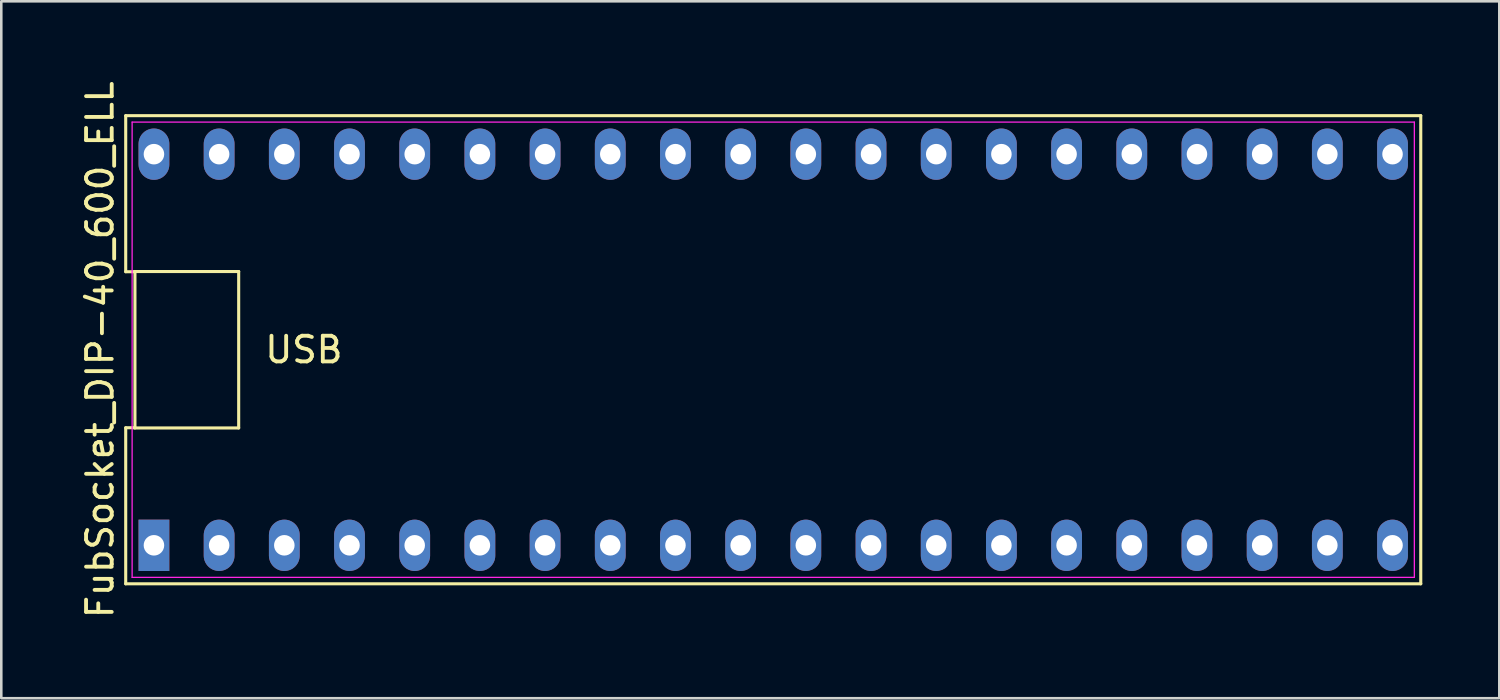
<source format=kicad_pcb>
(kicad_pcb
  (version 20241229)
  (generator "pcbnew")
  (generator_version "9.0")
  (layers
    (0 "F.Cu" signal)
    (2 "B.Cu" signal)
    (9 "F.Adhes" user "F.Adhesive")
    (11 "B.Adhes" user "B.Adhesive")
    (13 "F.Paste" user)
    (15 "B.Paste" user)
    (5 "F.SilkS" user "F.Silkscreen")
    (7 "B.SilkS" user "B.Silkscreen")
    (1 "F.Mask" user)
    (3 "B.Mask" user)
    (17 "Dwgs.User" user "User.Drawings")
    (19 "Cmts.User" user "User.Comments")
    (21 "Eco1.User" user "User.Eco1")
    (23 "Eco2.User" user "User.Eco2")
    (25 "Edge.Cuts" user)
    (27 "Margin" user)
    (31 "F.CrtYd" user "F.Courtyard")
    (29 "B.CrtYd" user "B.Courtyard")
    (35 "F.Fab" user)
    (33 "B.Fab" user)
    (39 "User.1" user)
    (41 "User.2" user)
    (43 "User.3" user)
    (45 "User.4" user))
  (footprint "FubSocket_DIP-40_600_ELL"
    (layer "F.Cu")
    (at 27.078 10.577)
    (property "Reference" "FubSocket_DIP-40_600_ELL" (at -26.23 0 90) (layer "F.SilkS") (effects (font (size 1 1) (thickness 0.15))))
    (attr through_hole)
    (fp_line (start -25.23 -9.12) (end -25.23 -3.04) (stroke (width 0.12) (type solid)) (layer "F.SilkS"))
    (fp_line (start -25.23 -3.04) (end -24.87 -3.04) (stroke (width 0.12) (type solid)) (layer "F.SilkS"))
    (fp_line (start -25.23 3.04) (end -25.23 9.12) (stroke (width 0.12) (type solid)) (layer "F.SilkS"))
    (fp_line (start -25.23 9.12) (end 25.23 9.12) (stroke (width 0.12) (type solid)) (layer "F.SilkS"))
    (fp_line (start -24.892 -3.048) (end -20.828 -3.048) (stroke (width 0.12) (type solid)) (layer "F.SilkS"))
    (fp_line (start -24.87 -3.04) (end -24.87 3.04) (stroke (width 0.12) (type solid)) (layer "F.SilkS"))
    (fp_line (start -24.87 3.04) (end -25.23 3.04) (stroke (width 0.12) (type solid)) (layer "F.SilkS"))
    (fp_line (start -20.828 -3.048) (end -20.828 3.048) (stroke (width 0.12) (type solid)) (layer "F.SilkS"))
    (fp_line (start -20.828 3.048) (end -24.892 3.048) (stroke (width 0.12) (type solid)) (layer "F.SilkS"))
    (fp_line (start 25.23 -9.12) (end -25.23 -9.12) (stroke (width 0.12) (type solid)) (layer "F.SilkS"))
    (fp_line (start 25.23 9.12) (end 25.23 -9.12) (stroke (width 0.12) (type solid)) (layer "F.SilkS"))
    (fp_line (start -24.98 -8.87) (end 24.98 -8.87) (stroke (width 0.05) (type solid)) (layer "F.CrtYd"))
    (fp_line (start -24.98 8.87) (end -24.98 -8.87) (stroke (width 0.05) (type solid)) (layer "F.CrtYd"))
    (fp_line (start 24.98 -8.87) (end 24.98 8.87) (stroke (width 0.05) (type solid)) (layer "F.CrtYd"))
    (fp_line (start 24.98 8.87) (end -24.98 8.87) (stroke (width 0.05) (type solid)) (layer "F.CrtYd"))
    (fp_text user "USB" (at -18.288 0 0) (layer "F.SilkS") (effects (font (size 1 1) (thickness 0.15))))
    (pad "1" thru_hole rect (at -24.13 7.62) (size 1.2 2) (drill 0.8) (layers "*.Cu" "*.Mask"))
    (pad "2" thru_hole oval (at -21.59 7.62) (size 1.2 2) (drill 0.8) (layers "*.Cu" "*.Mask"))
    (pad "3" thru_hole oval (at -19.05 7.62) (size 1.2 2) (drill 0.8) (layers "*.Cu" "*.Mask"))
    (pad "4" thru_hole oval (at -16.51 7.62) (size 1.2 2) (drill 0.8) (layers "*.Cu" "*.Mask"))
    (pad "5" thru_hole oval (at -13.97 7.62) (size 1.2 2) (drill 0.8) (layers "*.Cu" "*.Mask"))
    (pad "6" thru_hole oval (at -11.43 7.62) (size 1.2 2) (drill 0.8) (layers "*.Cu" "*.Mask"))
    (pad "7" thru_hole oval (at -8.89 7.62) (size 1.2 2) (drill 0.8) (layers "*.Cu" "*.Mask"))
    (pad "8" thru_hole oval (at -6.35 7.62) (size 1.2 2) (drill 0.8) (layers "*.Cu" "*.Mask"))
    (pad "9" thru_hole oval (at -3.81 7.62) (size 1.2 2) (drill 0.8) (layers "*.Cu" "*.Mask"))
    (pad "10" thru_hole oval (at -1.27 7.62) (size 1.2 2) (drill 0.8) (layers "*.Cu" "*.Mask"))
    (pad "11" thru_hole oval (at 1.27 7.62) (size 1.2 2) (drill 0.8) (layers "*.Cu" "*.Mask"))
    (pad "12" thru_hole oval (at 3.81 7.62) (size 1.2 2) (drill 0.8) (layers "*.Cu" "*.Mask"))
    (pad "13" thru_hole oval (at 6.35 7.62) (size 1.2 2) (drill 0.8) (layers "*.Cu" "*.Mask"))
    (pad "14" thru_hole oval (at 8.89 7.62) (size 1.2 2) (drill 0.8) (layers "*.Cu" "*.Mask"))
    (pad "15" thru_hole oval (at 11.43 7.62) (size 1.2 2) (drill 0.8) (layers "*.Cu" "*.Mask"))
    (pad "16" thru_hole oval (at 13.97 7.62) (size 1.2 2) (drill 0.8) (layers "*.Cu" "*.Mask"))
    (pad "17" thru_hole oval (at 16.51 7.62) (size 1.2 2) (drill 0.8) (layers "*.Cu" "*.Mask"))
    (pad "18" thru_hole oval (at 19.05 7.62) (size 1.2 2) (drill 0.8) (layers "*.Cu" "*.Mask"))
    (pad "19" thru_hole oval (at 21.59 7.62) (size 1.2 2) (drill 0.8) (layers "*.Cu" "*.Mask"))
    (pad "20" thru_hole oval (at 24.13 7.62) (size 1.2 2) (drill 0.8) (layers "*.Cu" "*.Mask"))
    (pad "21" thru_hole oval (at 24.13 -7.62) (size 1.2 2) (drill 0.8) (layers "*.Cu" "*.Mask"))
    (pad "22" thru_hole oval (at 21.59 -7.62) (size 1.2 2) (drill 0.8) (layers "*.Cu" "*.Mask"))
    (pad "23" thru_hole oval (at 19.05 -7.62) (size 1.2 2) (drill 0.8) (layers "*.Cu" "*.Mask"))
    (pad "24" thru_hole oval (at 16.51 -7.62) (size 1.2 2) (drill 0.8) (layers "*.Cu" "*.Mask"))
    (pad "25" thru_hole oval (at 13.97 -7.62) (size 1.2 2) (drill 0.8) (layers "*.Cu" "*.Mask"))
    (pad "26" thru_hole oval (at 11.43 -7.62) (size 1.2 2) (drill 0.8) (layers "*.Cu" "*.Mask"))
    (pad "27" thru_hole oval (at 8.89 -7.62) (size 1.2 2) (drill 0.8) (layers "*.Cu" "*.Mask"))
    (pad "28" thru_hole oval (at 6.35 -7.62) (size 1.2 2) (drill 0.8) (layers "*.Cu" "*.Mask"))
    (pad "29" thru_hole oval (at 3.81 -7.62) (size 1.2 2) (drill 0.8) (layers "*.Cu" "*.Mask"))
    (pad "30" thru_hole oval (at 1.27 -7.62) (size 1.2 2) (drill 0.8) (layers "*.Cu" "*.Mask"))
    (pad "31" thru_hole oval (at -1.27 -7.62) (size 1.2 2) (drill 0.8) (layers "*.Cu" "*.Mask"))
    (pad "32" thru_hole oval (at -3.81 -7.62) (size 1.2 2) (drill 0.8) (layers "*.Cu" "*.Mask"))
    (pad "33" thru_hole oval (at -6.35 -7.62) (size 1.2 2) (drill 0.8) (layers "*.Cu" "*.Mask"))
    (pad "34" thru_hole oval (at -8.89 -7.62) (size 1.2 2) (drill 0.8) (layers "*.Cu" "*.Mask"))
    (pad "35" thru_hole oval (at -11.43 -7.62) (size 1.2 2) (drill 0.8) (layers "*.Cu" "*.Mask"))
    (pad "36" thru_hole oval (at -13.97 -7.62) (size 1.2 2) (drill 0.8) (layers "*.Cu" "*.Mask"))
    (pad "37" thru_hole oval (at -16.51 -7.62) (size 1.2 2) (drill 0.8) (layers "*.Cu" "*.Mask"))
    (pad "38" thru_hole oval (at -19.05 -7.62) (size 1.2 2) (drill 0.8) (layers "*.Cu" "*.Mask"))
    (pad "39" thru_hole oval (at -21.59 -7.62) (size 1.2 2) (drill 0.8) (layers "*.Cu" "*.Mask"))
    (pad "40" thru_hole oval (at -24.13 -7.62) (size 1.2 2) (drill 0.8) (layers "*.Cu" "*.Mask")))
  (gr_rect
    (start -3 -3)
    (end 55.368 24.155)
    (stroke (width 0.1) (type default))
    (fill no)
    (layer "Edge.Cuts")))
</source>
